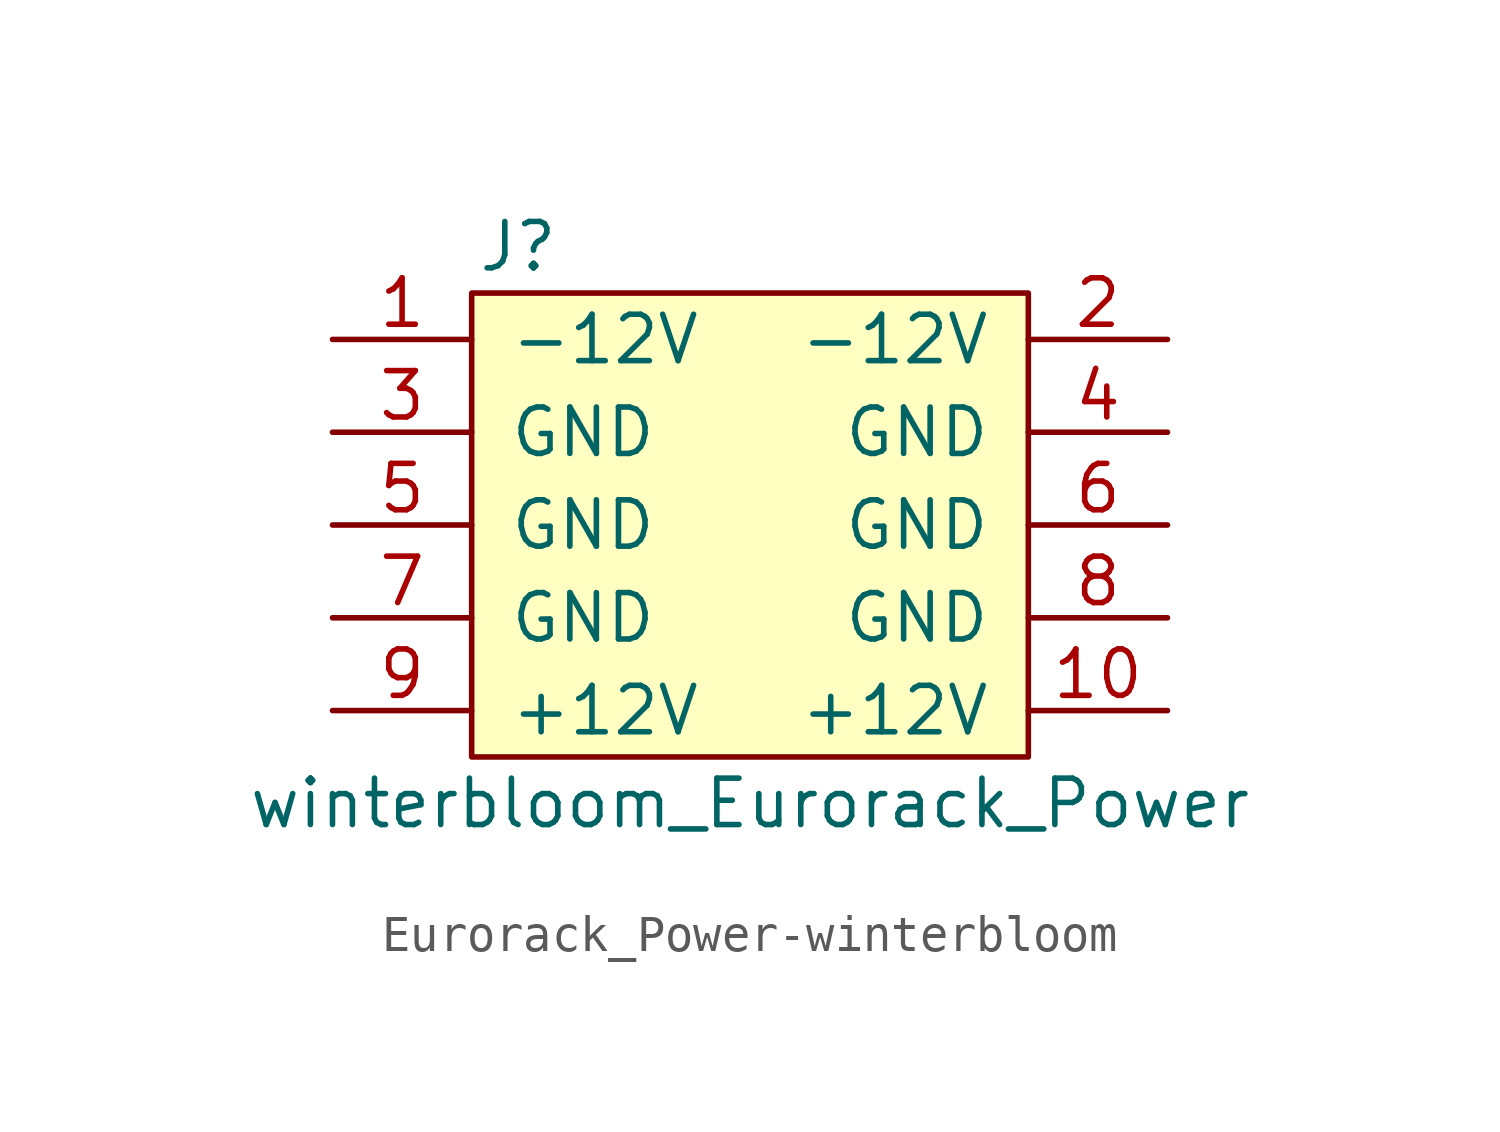
<source format=kicad_sym>
(kicad_symbol_lib
  (version 20220914)
  (generator kicad_symbol_editor)
  (symbol "Eurorack_Power-winterbloom"
    (pin_names
      (offset 1.016))
    (property "Reference" "J"
      (at -6.35 7.62 0)
      (effects (font (size 1.27 1.27))))
    (property "Value" "winterbloom_Eurorack_Power"
      (at 0 -7.62 0)
      (effects (font (size 1.27 1.27))))
    (symbol "Eurorack_Power-winterbloom_0_1"
      (rectangle (start 7.62 -6.35) (end -7.62 6.35) (stroke (width 0) (type solid)) (fill (type background))))
    (symbol "Eurorack_Power-winterbloom_1_1"
      (pin passive line (at -11.43 5.08 0) (length 3.81) (name "-12V" (effects (font (size 1.27 1.27)))) (number "1" (effects (font (size 1.27 1.27)))))
      (pin passive line (at 11.43 -5.08 180) (length 3.81) (name "+12V" (effects (font (size 1.27 1.27)))) (number "10" (effects (font (size 1.27 1.27)))))
      (pin passive line (at 11.43 5.08 180) (length 3.81) (name "-12V" (effects (font (size 1.27 1.27)))) (number "2" (effects (font (size 1.27 1.27)))))
      (pin passive line (at -11.43 2.54 0) (length 3.81) (name "GND" (effects (font (size 1.27 1.27)))) (number "3" (effects (font (size 1.27 1.27)))))
      (pin passive line (at 11.43 2.54 180) (length 3.81) (name "GND" (effects (font (size 1.27 1.27)))) (number "4" (effects (font (size 1.27 1.27)))))
      (pin passive line (at -11.43 0 0) (length 3.81) (name "GND" (effects (font (size 1.27 1.27)))) (number "5" (effects (font (size 1.27 1.27)))))
      (pin passive line (at 11.43 0 180) (length 3.81) (name "GND" (effects (font (size 1.27 1.27)))) (number "6" (effects (font (size 1.27 1.27)))))
      (pin passive line (at -11.43 -2.54 0) (length 3.81) (name "GND" (effects (font (size 1.27 1.27)))) (number "7" (effects (font (size 1.27 1.27)))))
      (pin passive line (at 11.43 -2.54 180) (length 3.81) (name "GND" (effects (font (size 1.27 1.27)))) (number "8" (effects (font (size 1.27 1.27)))))
      (pin passive line (at -11.43 -5.08 0) (length 3.81) (name "+12V" (effects (font (size 1.27 1.27)))) (number "9" (effects (font (size 1.27 1.27))))))))
</source>
